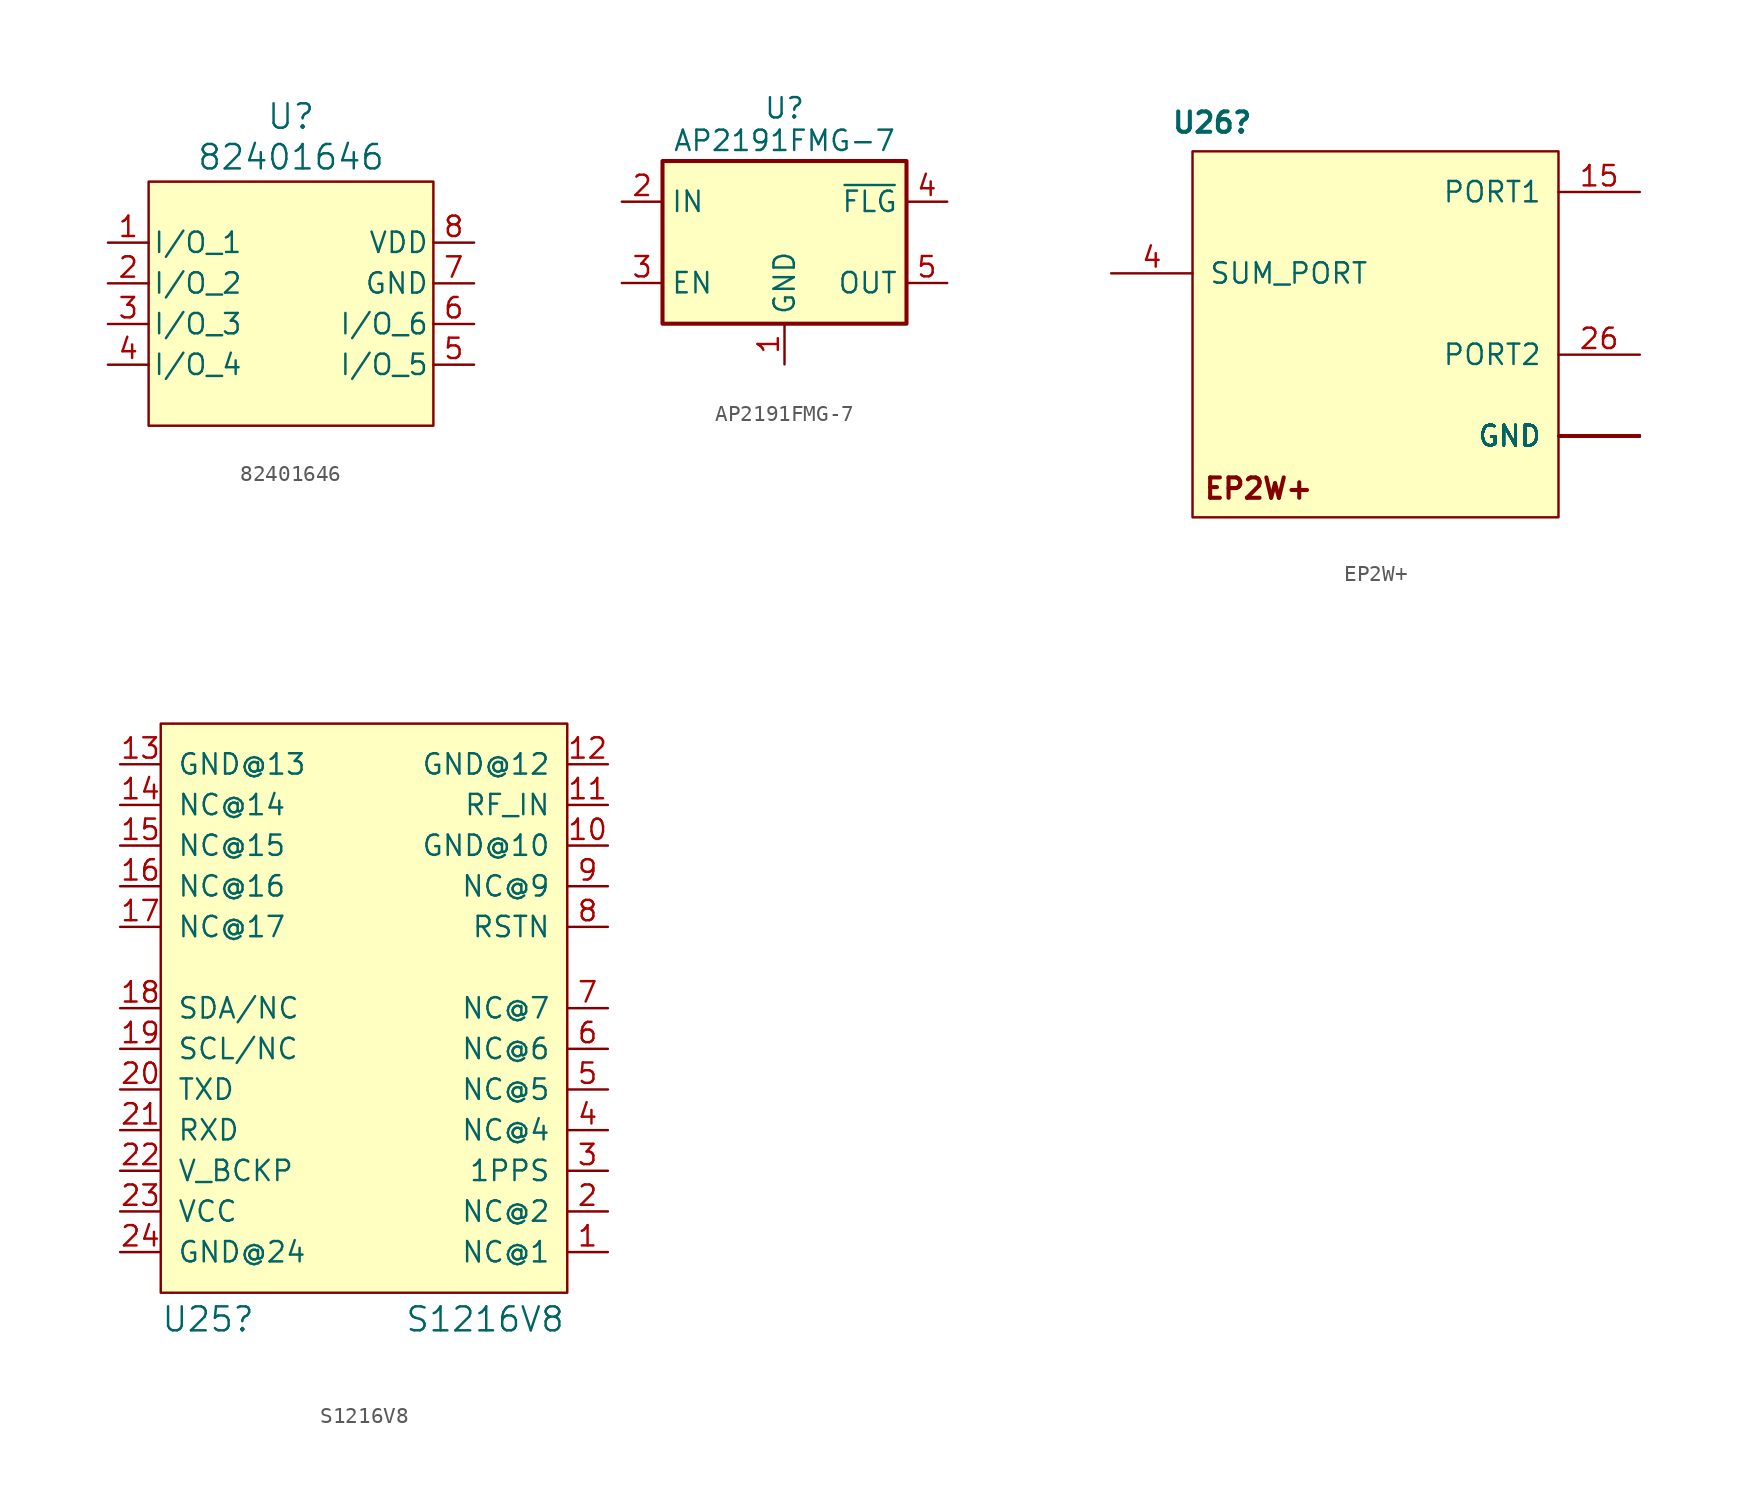
<source format=kicad_sym>
(kicad_symbol_lib
  (version 20220914)
  (generator kicad_symbol_editor)
  (symbol "82401646"
    (pin_names
      (offset 0.254))
    (property "Reference" "U"
      (at 0 11.684 0)
      (effects (font (size 1.524 1.524))))
    (property "Value" "82401646"
      (at 0 9.144 0)
      (effects (font (size 1.524 1.524))))
    (symbol "82401646_1_1"
      (rectangle (start -8.89 7.62) (end 8.89 -7.62) (stroke (width 0) (type default)) (fill (type background)))
      (pin bidirectional line (at -11.43 3.81 0) (length 2.54) (name "I/O_1" (effects (font (size 1.27 1.27)))) (number "1" (effects (font (size 1.27 1.27)))))
      (pin bidirectional line (at -11.43 1.27 0) (length 2.54) (name "I/O_2" (effects (font (size 1.27 1.27)))) (number "2" (effects (font (size 1.27 1.27)))))
      (pin bidirectional line (at -11.43 -1.27 0) (length 2.54) (name "I/O_3" (effects (font (size 1.27 1.27)))) (number "3" (effects (font (size 1.27 1.27)))))
      (pin bidirectional line (at -11.43 -3.81 0) (length 2.54) (name "I/O_4" (effects (font (size 1.27 1.27)))) (number "4" (effects (font (size 1.27 1.27)))))
      (pin bidirectional line (at 11.43 -3.81 180) (length 2.54) (name "I/O_5" (effects (font (size 1.27 1.27)))) (number "5" (effects (font (size 1.27 1.27)))))
      (pin bidirectional line (at 11.43 -1.27 180) (length 2.54) (name "I/O_6" (effects (font (size 1.27 1.27)))) (number "6" (effects (font (size 1.27 1.27)))))
      (pin power_out line (at 11.43 1.27 180) (length 2.54) (name "GND" (effects (font (size 1.27 1.27)))) (number "7" (effects (font (size 1.27 1.27)))))
      (pin power_in line (at 11.43 3.81 180) (length 2.54) (name "VDD" (effects (font (size 1.27 1.27)))) (number "8" (effects (font (size 1.27 1.27)))))))
  (symbol "AP2191FMG-7"
    (property "Reference" "U"
      (at 0 8.382 0)
      (effects (font (size 1.27 1.27))))
    (property "Value" "AP2191FMG-7"
      (at 0 6.35 0)
      (effects (font (size 1.27 1.27))))
    (symbol "AP2191FMG-7_0_1"
      (rectangle (start -7.62 5.08) (end 7.62 -5.08) (stroke (width 0.254) (type default)) (fill (type background))))
    (symbol "AP2191FMG-7_1_1"
      (pin power_in line (at 0 -7.62 90) (length 2.54) (name "GND" (effects (font (size 1.27 1.27)))) (number "1" (effects (font (size 1.27 1.27)))))
      (pin power_in line (at -10.16 2.54 0) (length 2.54) (name "IN" (effects (font (size 1.27 1.27)))) (number "2" (effects (font (size 1.27 1.27)))))
      (pin input line (at -10.16 -2.54 0) (length 2.54) (name "EN" (effects (font (size 1.27 1.27)))) (number "3" (effects (font (size 1.27 1.27)))))
      (pin open_collector line (at 10.16 2.54 180) (length 2.54) (name "~{FLG}" (effects (font (size 1.27 1.27)))) (number "4" (effects (font (size 1.27 1.27)))))
      (pin power_out line (at 10.16 -2.54 180) (length 2.54) (name "OUT" (effects (font (size 1.27 1.27)))) (number "5" (effects (font (size 1.27 1.27)))))
      (pin power_out line (at 10.16 -2.54 180) (length 2.54) hide (name "OUT" (effects (font (size 1.27 1.27)))) (number "6" (effects (font (size 1.27 1.27)))))
      (pin power_in line (at 0 -7.62 90) (length 2.54) hide (name "GND" (effects (font (size 1.27 1.27)))) (number "7" (effects (font (size 1.27 1.27)))))))
  (symbol "EP2W+"
    (pin_names
      (offset 1.016))
    (property "Reference" "U26"
      (at -8.89 10.16 0)
      (effects (font (size 1.27 1.27) bold) (justify right top)))
    (symbol "EP2W+_1_0"
      (text "EP2W+" (at -5.08 -12.7 0) (effects (font (size 1.27 1.27) bold) (justify right top)))
      (pin bidirectional line (at 15.24 -10.16 180) (length 5.08) (name "GND" (effects (font (size 1.27 1.27)))) (number "1" (effects (font (size 0 0)))))
      (pin bidirectional line (at 15.24 -10.16 180) (length 5.08) (name "GND" (effects (font (size 1.27 1.27)))) (number "10" (effects (font (size 0 0)))))
      (pin bidirectional line (at 15.24 -10.16 180) (length 5.08) (name "GND" (effects (font (size 1.27 1.27)))) (number "11" (effects (font (size 0 0)))))
      (pin bidirectional line (at 15.24 -10.16 180) (length 5.08) (name "GND" (effects (font (size 1.27 1.27)))) (number "12" (effects (font (size 0 0)))))
      (pin bidirectional line (at 15.24 -10.16 180) (length 5.08) (name "GND" (effects (font (size 1.27 1.27)))) (number "13" (effects (font (size 0 0)))))
      (pin bidirectional line (at 15.24 -10.16 180) (length 5.08) (name "GND" (effects (font (size 1.27 1.27)))) (number "14" (effects (font (size 0 0)))))
      (pin bidirectional line (at 15.24 5.08 180) (length 5.08) (name "PORT1" (effects (font (size 1.27 1.27)))) (number "15" (effects (font (size 1.27 1.27)))))
      (pin bidirectional line (at 15.24 -10.16 180) (length 5.08) (name "GND" (effects (font (size 1.27 1.27)))) (number "16" (effects (font (size 0 0)))))
      (pin bidirectional line (at 15.24 -10.16 180) (length 5.08) (name "GND" (effects (font (size 1.27 1.27)))) (number "17" (effects (font (size 0 0)))))
      (pin bidirectional line (at 15.24 -10.16 180) (length 5.08) (name "GND" (effects (font (size 1.27 1.27)))) (number "18" (effects (font (size 0 0)))))
      (pin bidirectional line (at 15.24 -10.16 180) (length 5.08) (name "GND" (effects (font (size 1.27 1.27)))) (number "19" (effects (font (size 0 0)))))
      (pin bidirectional line (at 15.24 -10.16 180) (length 5.08) (name "GND" (effects (font (size 1.27 1.27)))) (number "2" (effects (font (size 0 0)))))
      (pin bidirectional line (at 15.24 -10.16 180) (length 5.08) (name "GND" (effects (font (size 1.27 1.27)))) (number "20" (effects (font (size 0 0)))))
      (pin bidirectional line (at 15.24 -10.16 180) (length 5.08) (name "GND" (effects (font (size 1.27 1.27)))) (number "21" (effects (font (size 0 0)))))
      (pin bidirectional line (at 15.24 -10.16 180) (length 5.08) (name "GND" (effects (font (size 1.27 1.27)))) (number "22" (effects (font (size 0 0)))))
      (pin bidirectional line (at 15.24 -10.16 180) (length 5.08) (name "GND" (effects (font (size 1.27 1.27)))) (number "23" (effects (font (size 0 0)))))
      (pin bidirectional line (at 15.24 -10.16 180) (length 5.08) (name "GND" (effects (font (size 1.27 1.27)))) (number "24" (effects (font (size 0 0)))))
      (pin bidirectional line (at 15.24 -10.16 180) (length 5.08) (name "GND" (effects (font (size 1.27 1.27)))) (number "25" (effects (font (size 0 0)))))
      (pin bidirectional line (at 15.24 -5.08 180) (length 5.08) (name "PORT2" (effects (font (size 1.27 1.27)))) (number "26" (effects (font (size 1.27 1.27)))))
      (pin bidirectional line (at 15.24 -10.16 180) (length 5.08) (name "GND" (effects (font (size 1.27 1.27)))) (number "27" (effects (font (size 0 0)))))
      (pin bidirectional line (at 15.24 -10.16 180) (length 5.08) (name "GND" (effects (font (size 1.27 1.27)))) (number "28" (effects (font (size 0 0)))))
      (pin bidirectional line (at 15.24 -10.16 180) (length 5.08) (name "GND" (effects (font (size 1.27 1.27)))) (number "29" (effects (font (size 0 0)))))
      (pin bidirectional line (at 15.24 -10.16 180) (length 5.08) (name "GND" (effects (font (size 1.27 1.27)))) (number "3" (effects (font (size 0 0)))))
      (pin bidirectional line (at 15.24 -10.16 180) (length 5.08) (name "GND" (effects (font (size 1.27 1.27)))) (number "30" (effects (font (size 0 0)))))
      (pin bidirectional line (at 15.24 -10.16 180) (length 5.08) (name "GND" (effects (font (size 1.27 1.27)))) (number "31" (effects (font (size 0 0)))))
      (pin bidirectional line (at 15.24 -10.16 180) (length 5.08) (name "GND" (effects (font (size 1.27 1.27)))) (number "32" (effects (font (size 0 0)))))
      (pin bidirectional line (at -17.78 0 0) (length 5.08) (name "SUM_PORT" (effects (font (size 1.27 1.27)))) (number "4" (effects (font (size 1.27 1.27)))))
      (pin bidirectional line (at 15.24 -10.16 180) (length 5.08) (name "GND" (effects (font (size 1.27 1.27)))) (number "5" (effects (font (size 0 0)))))
      (pin bidirectional line (at 15.24 -10.16 180) (length 5.08) (name "GND" (effects (font (size 1.27 1.27)))) (number "6" (effects (font (size 0 0)))))
      (pin bidirectional line (at 15.24 -10.16 180) (length 5.08) (name "GND" (effects (font (size 1.27 1.27)))) (number "7" (effects (font (size 0 0)))))
      (pin bidirectional line (at 15.24 -10.16 180) (length 5.08) (name "GND" (effects (font (size 1.27 1.27)))) (number "8" (effects (font (size 0 0)))))
      (pin bidirectional line (at 15.24 -10.16 180) (length 5.08) (name "GND" (effects (font (size 1.27 1.27)))) (number "9" (effects (font (size 0 0)))))
      (pin bidirectional line (at 15.24 -10.16 180) (length 5.08) (name "GND" (effects (font (size 1.27 1.27)))) (number "EP" (effects (font (size 0 0))))))
    (symbol "EP2W+_1_1"
      (rectangle (start -12.7 7.62) (end 10.16 -15.24) (stroke (width 0) (type default)) (fill (type background)))))
  (symbol "S1216V8"
    (pin_names
      (offset 1.016))
    (property "Reference" "U25"
      (at -12.7 -20.32 0)
      (effects (font (size 1.499 1.499)) (justify left bottom)))
    (property "Value" "S1216V8"
      (at 2.54 -20.32 0)
      (effects (font (size 1.499 1.499)) (justify left bottom)))
    (symbol "S1216V8_1_0"
      (pin bidirectional line (at 15.24 -15.24 180) (length 2.54) (name "NC@1" (effects (font (size 1.27 1.27)))) (number "1" (effects (font (size 1.27 1.27)))))
      (pin bidirectional line (at 15.24 10.16 180) (length 2.54) (name "GND@10" (effects (font (size 1.27 1.27)))) (number "10" (effects (font (size 1.27 1.27)))))
      (pin bidirectional line (at 15.24 12.7 180) (length 2.54) (name "RF_IN" (effects (font (size 1.27 1.27)))) (number "11" (effects (font (size 1.27 1.27)))))
      (pin bidirectional line (at 15.24 15.24 180) (length 2.54) (name "GND@12" (effects (font (size 1.27 1.27)))) (number "12" (effects (font (size 1.27 1.27)))))
      (pin bidirectional line (at -15.24 15.24 0) (length 2.54) (name "GND@13" (effects (font (size 1.27 1.27)))) (number "13" (effects (font (size 1.27 1.27)))))
      (pin bidirectional line (at -15.24 12.7 0) (length 2.54) (name "NC@14" (effects (font (size 1.27 1.27)))) (number "14" (effects (font (size 1.27 1.27)))))
      (pin bidirectional line (at -15.24 10.16 0) (length 2.54) (name "NC@15" (effects (font (size 1.27 1.27)))) (number "15" (effects (font (size 1.27 1.27)))))
      (pin bidirectional line (at -15.24 7.62 0) (length 2.54) (name "NC@16" (effects (font (size 1.27 1.27)))) (number "16" (effects (font (size 1.27 1.27)))))
      (pin bidirectional line (at -15.24 5.08 0) (length 2.54) (name "NC@17" (effects (font (size 1.27 1.27)))) (number "17" (effects (font (size 1.27 1.27)))))
      (pin bidirectional line (at -15.24 0 0) (length 2.54) (name "SDA/NC" (effects (font (size 1.27 1.27)))) (number "18" (effects (font (size 1.27 1.27)))))
      (pin bidirectional line (at -15.24 -2.54 0) (length 2.54) (name "SCL/NC" (effects (font (size 1.27 1.27)))) (number "19" (effects (font (size 1.27 1.27)))))
      (pin bidirectional line (at 15.24 -12.7 180) (length 2.54) (name "NC@2" (effects (font (size 1.27 1.27)))) (number "2" (effects (font (size 1.27 1.27)))))
      (pin bidirectional line (at -15.24 -5.08 0) (length 2.54) (name "TXD" (effects (font (size 1.27 1.27)))) (number "20" (effects (font (size 1.27 1.27)))))
      (pin bidirectional line (at -15.24 -7.62 0) (length 2.54) (name "RXD" (effects (font (size 1.27 1.27)))) (number "21" (effects (font (size 1.27 1.27)))))
      (pin bidirectional line (at -15.24 -10.16 0) (length 2.54) (name "V_BCKP" (effects (font (size 1.27 1.27)))) (number "22" (effects (font (size 1.27 1.27)))))
      (pin bidirectional line (at -15.24 -12.7 0) (length 2.54) (name "VCC" (effects (font (size 1.27 1.27)))) (number "23" (effects (font (size 1.27 1.27)))))
      (pin bidirectional line (at -15.24 -15.24 0) (length 2.54) (name "GND@24" (effects (font (size 1.27 1.27)))) (number "24" (effects (font (size 1.27 1.27)))))
      (pin bidirectional line (at 15.24 -10.16 180) (length 2.54) (name "1PPS" (effects (font (size 1.27 1.27)))) (number "3" (effects (font (size 1.27 1.27)))))
      (pin bidirectional line (at 15.24 -7.62 180) (length 2.54) (name "NC@4" (effects (font (size 1.27 1.27)))) (number "4" (effects (font (size 1.27 1.27)))))
      (pin bidirectional line (at 15.24 -5.08 180) (length 2.54) (name "NC@5" (effects (font (size 1.27 1.27)))) (number "5" (effects (font (size 1.27 1.27)))))
      (pin bidirectional line (at 15.24 -2.54 180) (length 2.54) (name "NC@6" (effects (font (size 1.27 1.27)))) (number "6" (effects (font (size 1.27 1.27)))))
      (pin bidirectional line (at 15.24 0 180) (length 2.54) (name "NC@7" (effects (font (size 1.27 1.27)))) (number "7" (effects (font (size 1.27 1.27)))))
      (pin bidirectional line (at 15.24 5.08 180) (length 2.54) (name "RSTN" (effects (font (size 1.27 1.27)))) (number "8" (effects (font (size 1.27 1.27)))))
      (pin bidirectional line (at 15.24 7.62 180) (length 2.54) (name "NC@9" (effects (font (size 1.27 1.27)))) (number "9" (effects (font (size 1.27 1.27))))))
    (symbol "S1216V8_1_1"
      (rectangle (start -12.7 17.78) (end 12.7 -17.78) (stroke (width 0) (type default)) (fill (type background))))))
</source>
